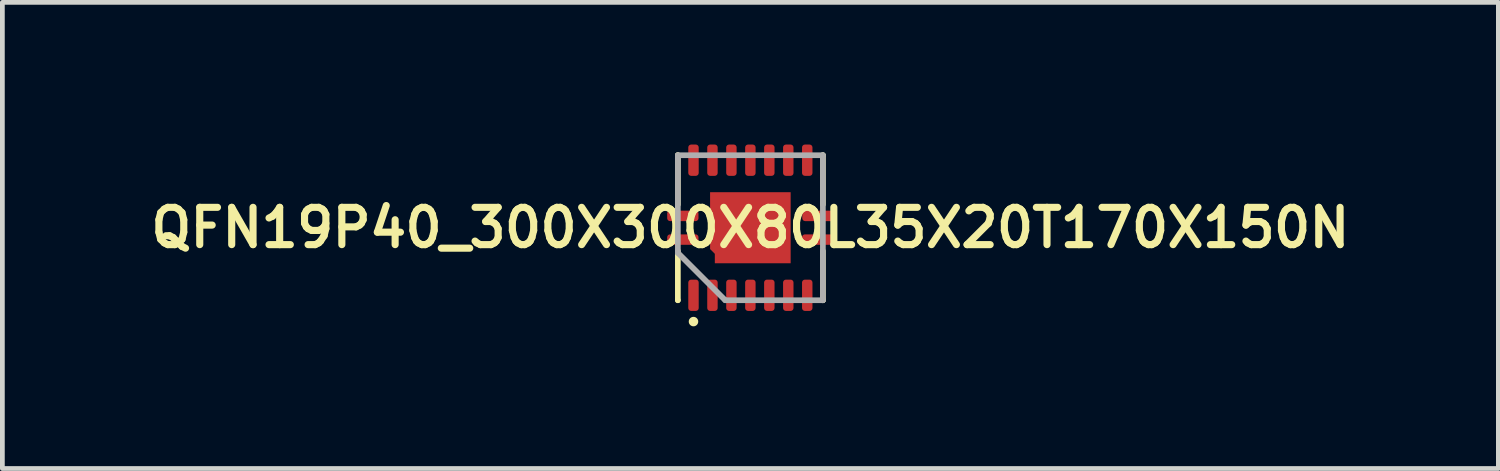
<source format=kicad_pcb>
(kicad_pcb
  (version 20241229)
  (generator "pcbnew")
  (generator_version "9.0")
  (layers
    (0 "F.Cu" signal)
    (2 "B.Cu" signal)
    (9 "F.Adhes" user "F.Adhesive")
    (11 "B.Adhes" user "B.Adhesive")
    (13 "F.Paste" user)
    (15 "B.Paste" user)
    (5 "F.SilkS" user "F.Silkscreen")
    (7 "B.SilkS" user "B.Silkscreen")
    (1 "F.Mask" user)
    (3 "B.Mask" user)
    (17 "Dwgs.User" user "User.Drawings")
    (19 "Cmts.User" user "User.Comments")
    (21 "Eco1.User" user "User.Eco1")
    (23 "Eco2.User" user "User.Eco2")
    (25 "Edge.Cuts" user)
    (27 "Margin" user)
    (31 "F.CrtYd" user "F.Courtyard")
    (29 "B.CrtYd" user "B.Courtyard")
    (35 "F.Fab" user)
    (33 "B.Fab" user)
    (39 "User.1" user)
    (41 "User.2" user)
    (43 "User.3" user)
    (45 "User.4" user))
  (footprint "QFN19P40_300X300X80L35X20T170X150N"
    (layer "F.Cu")
    (at 12.782 1.755)
    (property "Reference" "QFN19P40_300X300X80L35X20T170X150N" (at 0 0 0) (layer "F.SilkS") (effects (font (size 0.787 0.787) (thickness 0.15))))
    (attr smd)
    (fp_poly (pts (xy -0.952 -0.852) (xy 0.952 -0.852) (xy 0.952 0.852) (xy -0.592 0.852) (xy -0.952 0.492)) (stroke (width 0.002) (type solid)) (fill yes) (layer "F.Mask"))
    (fp_line (start -1.53 -1.53) (end -1.53 -1.53) (stroke (width 0.12) (type solid)) (layer "F.SilkS"))
    (fp_line (start -1.53 -1.53) (end -1.53 -0.49) (stroke (width 0.12) (type solid)) (layer "F.SilkS"))
    (fp_line (start -1.53 0.49) (end -1.53 1.53) (stroke (width 0.12) (type solid)) (layer "F.SilkS"))
    (fp_line (start -1.53 1.53) (end -1.53 1.53) (stroke (width 0.12) (type solid)) (layer "F.SilkS"))
    (fp_line (start 1.53 -1.53) (end 1.53 -1.53) (stroke (width 0.12) (type solid)) (layer "F.SilkS"))
    (fp_line (start 1.53 -0.49) (end 1.53 -1.53) (stroke (width 0.12) (type solid)) (layer "F.SilkS"))
    (fp_line (start 1.53 1.53) (end 1.53 0.49) (stroke (width 0.12) (type solid)) (layer "F.SilkS"))
    (fp_line (start 1.53 1.53) (end 1.53 1.53) (stroke (width 0.12) (type solid)) (layer "F.SilkS"))
    (fp_circle (center -1.2 1.98) (end -1.1 1.98) (stroke (width 0) (type solid)) (fill yes) (layer "F.SilkS"))
    (fp_poly (pts (xy -0.601 0.53) (xy 0.601 0.53) (xy 0.601 -0.53) (xy -0.601 -0.53)) (stroke (width 0.01) (type solid)) (fill yes) (layer "F.Paste"))
    (fp_line (start -1.53 -1.53) (end 1.53 -1.53) (stroke (width 0.12) (type solid)) (layer "F.Fab"))
    (fp_line (start -1.53 0.53) (end -1.53 -1.53) (stroke (width 0.12) (type solid)) (layer "F.Fab"))
    (fp_line (start -0.53 1.53) (end -1.53 0.53) (stroke (width 0.12) (type solid)) (layer "F.Fab"))
    (fp_line (start 1.53 -1.53) (end 1.53 1.53) (stroke (width 0.12) (type solid)) (layer "F.Fab"))
    (fp_line (start 1.53 1.53) (end -0.53 1.53) (stroke (width 0.12) (type solid)) (layer "F.Fab"))
    (pad "1" smd roundrect (at -1.2 1.425) (size 0.22 0.66) (layers "F.Cu" "F.Mask" "F.Paste") (roundrect_rratio 0.275))
    (pad "2" smd roundrect (at -0.8 1.425) (size 0.22 0.66) (layers "F.Cu" "F.Mask" "F.Paste") (roundrect_rratio 0.275))
    (pad "3" smd roundrect (at -0.4 1.425) (size 0.22 0.66) (layers "F.Cu" "F.Mask" "F.Paste") (roundrect_rratio 0.275))
    (pad "4" smd roundrect (at 0 1.425) (size 0.22 0.66) (layers "F.Cu" "F.Mask" "F.Paste") (roundrect_rratio 0.275))
    (pad "5" smd roundrect (at 0.4 1.425) (size 0.22 0.66) (layers "F.Cu" "F.Mask" "F.Paste") (roundrect_rratio 0.275))
    (pad "6" smd roundrect (at 0.8 1.425) (size 0.22 0.66) (layers "F.Cu" "F.Mask" "F.Paste") (roundrect_rratio 0.275))
    (pad "7" smd roundrect (at 1.2 1.425) (size 0.22 0.66) (layers "F.Cu" "F.Mask" "F.Paste") (roundrect_rratio 0.275))
    (pad "8" smd roundrect (at 1.42 0.25) (size 0.66 0.22) (layers "F.Cu" "F.Mask" "F.Paste") (roundrect_rratio 0.275))
    (pad "9" smd roundrect (at 1.425 -0.25) (size 0.66 0.22) (layers "F.Cu" "F.Mask" "F.Paste") (roundrect_rratio 0.275))
    (pad "10" smd roundrect (at 1.2 -1.425) (size 0.22 0.66) (layers "F.Cu" "F.Mask" "F.Paste") (roundrect_rratio 0.275))
    (pad "11" smd roundrect (at 0.8 -1.425) (size 0.22 0.66) (layers "F.Cu" "F.Mask" "F.Paste") (roundrect_rratio 0.275))
    (pad "12" smd roundrect (at 0.4 -1.425) (size 0.22 0.66) (layers "F.Cu" "F.Mask" "F.Paste") (roundrect_rratio 0.275))
    (pad "13" smd roundrect (at 0 -1.425) (size 0.22 0.66) (layers "F.Cu" "F.Mask" "F.Paste") (roundrect_rratio 0.275))
    (pad "14" smd roundrect (at -0.4 -1.425) (size 0.22 0.66) (layers "F.Cu" "F.Mask" "F.Paste") (roundrect_rratio 0.275))
    (pad "15" smd roundrect (at -0.8 -1.425) (size 0.22 0.66) (layers "F.Cu" "F.Mask" "F.Paste") (roundrect_rratio 0.275))
    (pad "16" smd roundrect (at -1.2 -1.425) (size 0.22 0.66) (layers "F.Cu" "F.Mask" "F.Paste") (roundrect_rratio 0.275))
    (pad "17" smd roundrect (at -1.425 -0.25) (size 0.66 0.22) (layers "F.Cu" "F.Mask" "F.Paste") (roundrect_rratio 0.275))
    (pad "18" smd roundrect (at -1.425 0.25) (size 0.66 0.22) (layers "F.Cu" "F.Mask" "F.Paste") (roundrect_rratio 0.275))
    (pad "19" smd custom (at 0 0) (size 1.5 1.5) (layers "F.Cu") (options (anchor rect)) (primitives (gr_poly (pts (xy -0.849 -0.749) (xy 0.849 -0.749) (xy 0.849 0.749) (xy -0.55 0.749) (xy -0.849 0.45)) (width 0.002) (fill yes)))))
  (gr_rect
    (start -3 -3)
    (end 28.564 6.835)
    (stroke (width 0.1) (type default))
    (fill no)
    (layer "Edge.Cuts")))
</source>
